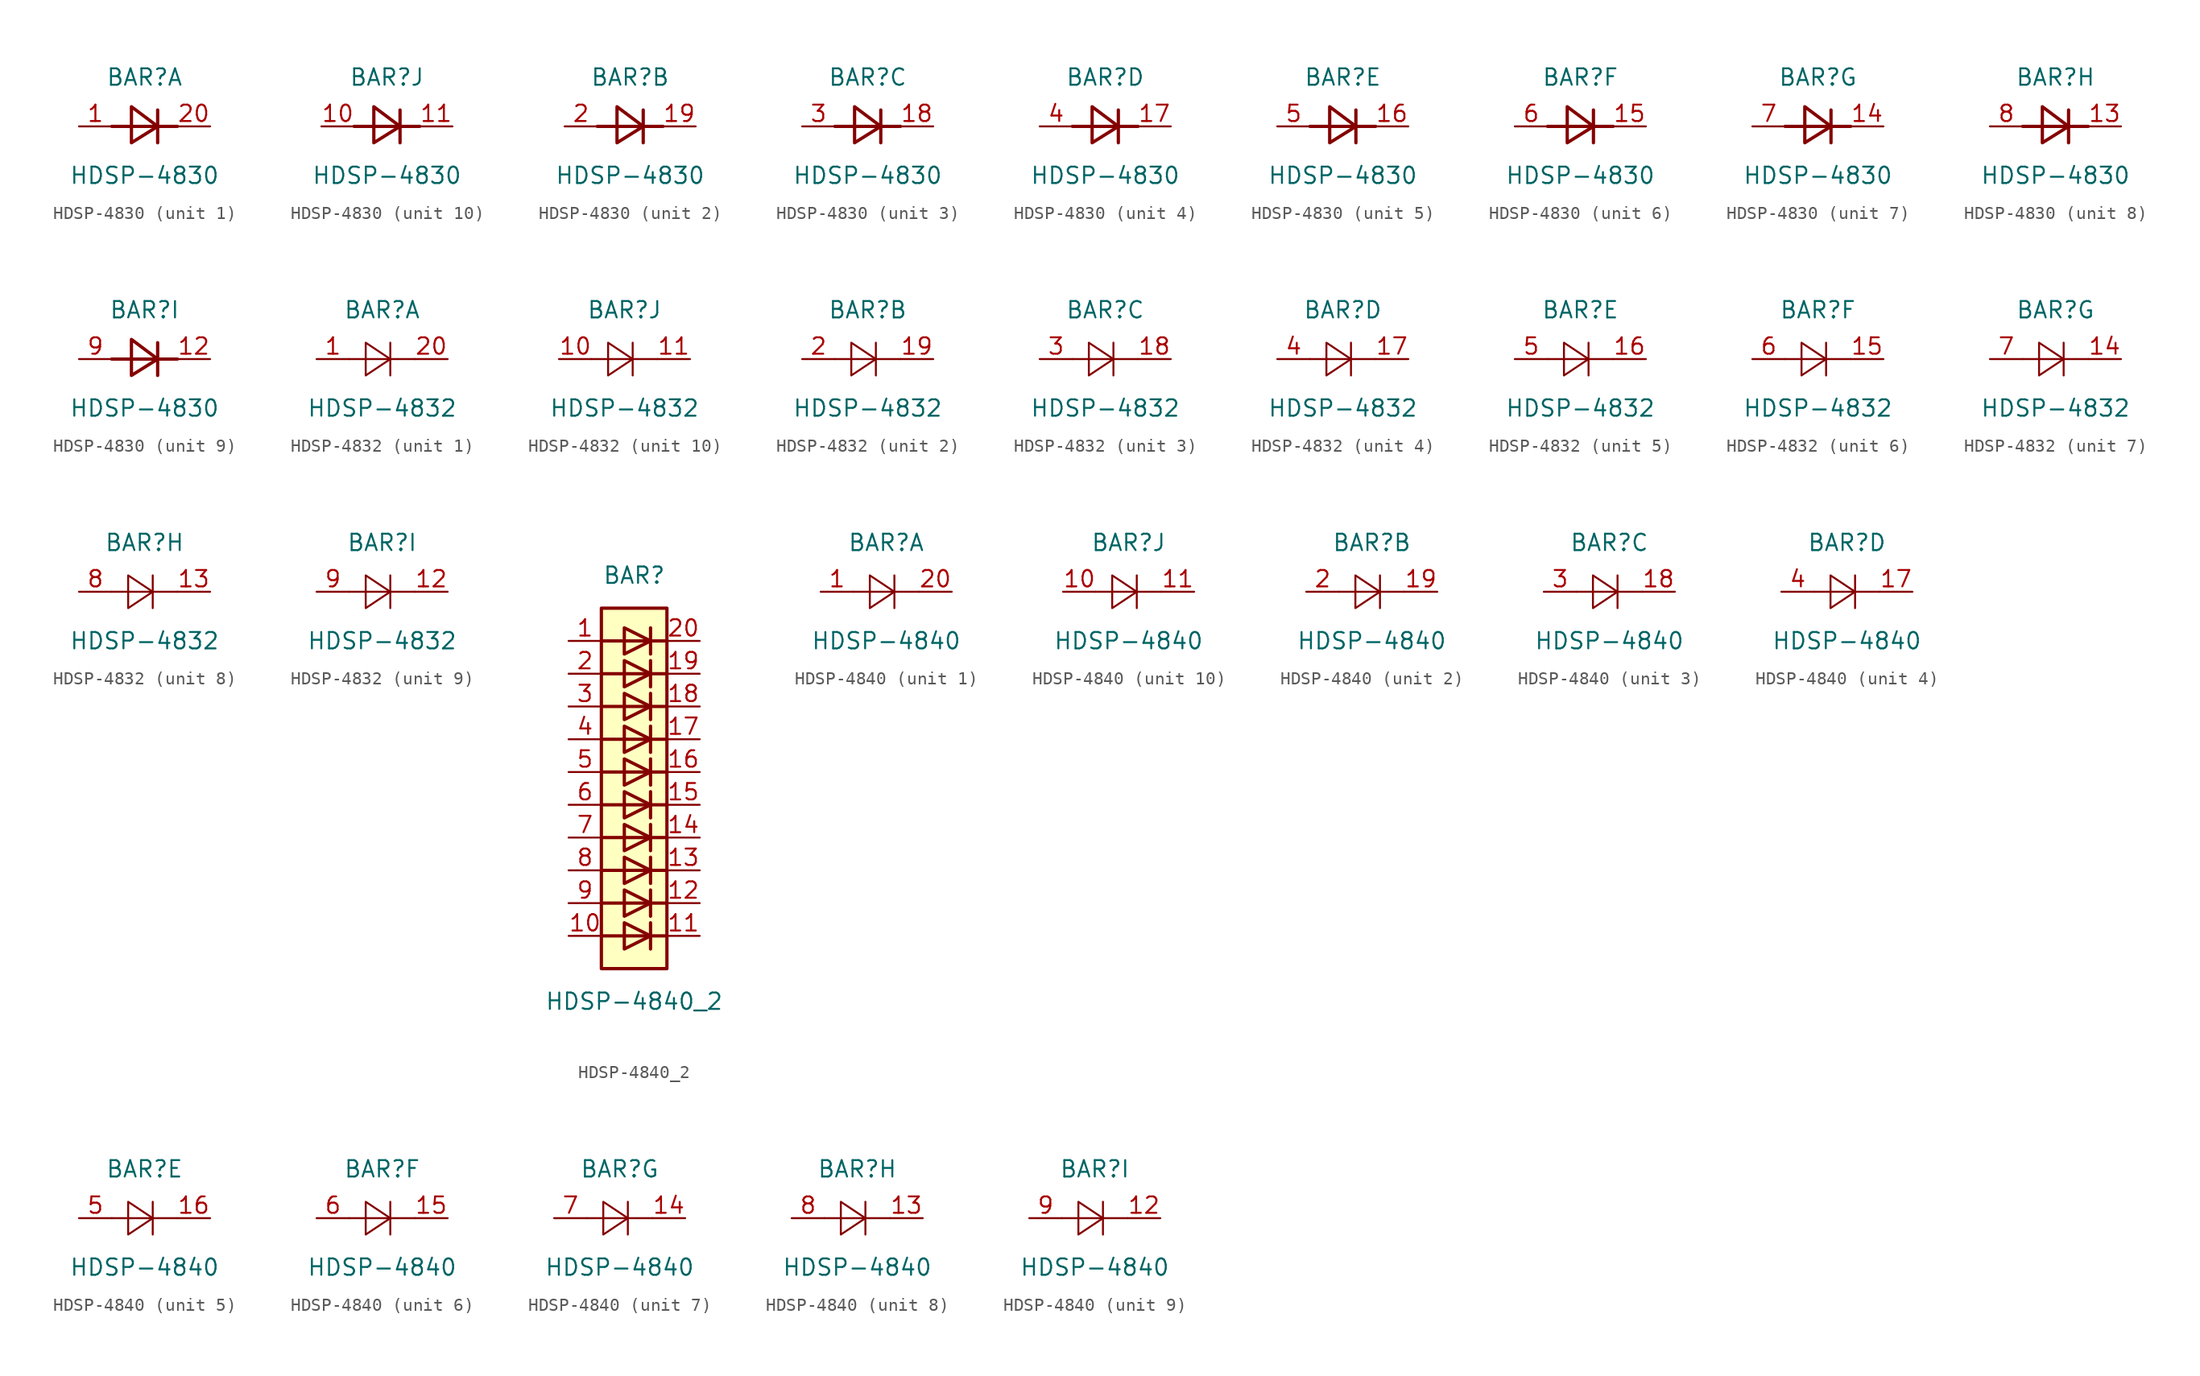
<source format=kicad_sym>
(kicad_symbol_lib
  (version 20211014)
  (generator kicad_symbol_editor)
  (symbol "HDSP-4830"
    (pin_names
      (offset 1.016) hide)
    (property "Reference" "BAR"
      (at 0 3.81 0)
      (effects (font (size 1.27 1.27))))
    (property "Value" "HDSP-4830"
      (at 0 -3.81 0)
      (effects (font (size 1.27 1.27))))
    (symbol "HDSP-4830_0_1"
      (polyline (pts (xy -2.54 0) (xy 2.54 0)) (stroke (width 0.254) (type default) (color 0 0 0 0)) (fill (type none)))
      (polyline (pts (xy 1.016 -1.27) (xy 1.016 1.27)) (stroke (width 0.254) (type default) (color 0 0 0 0)) (fill (type none)))
      (polyline (pts (xy -1.016 1.524) (xy -1.016 -1.27) (xy 1.016 0) (xy -1.016 1.524)) (stroke (width 0.254) (type default) (color 0 0 0 0)) (fill (type none))))
    (symbol "HDSP-4830_1_1"
      (pin passive line (at -5.08 0 0) (length 2.54) (name "A" (effects (font (size 1.27 1.27)))) (number "1" (effects (font (size 1.27 1.27)))))
      (pin passive line (at 5.08 0 180) (length 2.54) (name "K" (effects (font (size 1.27 1.27)))) (number "20" (effects (font (size 1.27 1.27))))))
    (symbol "HDSP-4830_2_1"
      (pin passive line (at 5.08 0 180) (length 2.54) (name "K" (effects (font (size 1.27 1.27)))) (number "19" (effects (font (size 1.27 1.27)))))
      (pin passive line (at -5.08 0 0) (length 2.54) (name "A" (effects (font (size 1.27 1.27)))) (number "2" (effects (font (size 1.27 1.27))))))
    (symbol "HDSP-4830_3_1"
      (pin passive line (at 5.08 0 180) (length 2.54) (name "K" (effects (font (size 1.27 1.27)))) (number "18" (effects (font (size 1.27 1.27)))))
      (pin passive line (at -5.08 0 0) (length 2.54) (name "A" (effects (font (size 1.27 1.27)))) (number "3" (effects (font (size 1.27 1.27))))))
    (symbol "HDSP-4830_4_1"
      (pin passive line (at 5.08 0 180) (length 2.54) (name "K" (effects (font (size 1.27 1.27)))) (number "17" (effects (font (size 1.27 1.27)))))
      (pin passive line (at -5.08 0 0) (length 2.54) (name "A" (effects (font (size 1.27 1.27)))) (number "4" (effects (font (size 1.27 1.27))))))
    (symbol "HDSP-4830_5_1"
      (pin passive line (at 5.08 0 180) (length 2.54) (name "K" (effects (font (size 1.27 1.27)))) (number "16" (effects (font (size 1.27 1.27)))))
      (pin passive line (at -5.08 0 0) (length 2.54) (name "A" (effects (font (size 1.27 1.27)))) (number "5" (effects (font (size 1.27 1.27))))))
    (symbol "HDSP-4830_6_1"
      (pin passive line (at 5.08 0 180) (length 2.54) (name "K" (effects (font (size 1.27 1.27)))) (number "15" (effects (font (size 1.27 1.27)))))
      (pin passive line (at -5.08 0 0) (length 2.54) (name "A" (effects (font (size 1.27 1.27)))) (number "6" (effects (font (size 1.27 1.27))))))
    (symbol "HDSP-4830_7_1"
      (pin passive line (at 5.08 0 180) (length 2.54) (name "K" (effects (font (size 1.27 1.27)))) (number "14" (effects (font (size 1.27 1.27)))))
      (pin passive line (at -5.08 0 0) (length 2.54) (name "A" (effects (font (size 1.27 1.27)))) (number "7" (effects (font (size 1.27 1.27))))))
    (symbol "HDSP-4830_8_1"
      (pin passive line (at 5.08 0 180) (length 2.54) (name "K" (effects (font (size 1.27 1.27)))) (number "13" (effects (font (size 1.27 1.27)))))
      (pin passive line (at -5.08 0 0) (length 2.54) (name "A" (effects (font (size 1.27 1.27)))) (number "8" (effects (font (size 1.27 1.27))))))
    (symbol "HDSP-4830_9_1"
      (pin passive line (at 5.08 0 180) (length 2.54) (name "K" (effects (font (size 1.27 1.27)))) (number "12" (effects (font (size 1.27 1.27)))))
      (pin passive line (at -5.08 0 0) (length 2.54) (name "A" (effects (font (size 1.27 1.27)))) (number "9" (effects (font (size 1.27 1.27))))))
    (symbol "HDSP-4830_10_1"
      (pin passive line (at -5.08 0 0) (length 2.54) (name "A" (effects (font (size 1.27 1.27)))) (number "10" (effects (font (size 1.27 1.27)))))
      (pin passive line (at 5.08 0 180) (length 2.54) (name "K" (effects (font (size 1.27 1.27)))) (number "11" (effects (font (size 1.27 1.27)))))))
  (symbol "HDSP-4832"
    (pin_names
      (offset 1.016) hide)
    (property "Reference" "BAR"
      (at 0 3.81 0)
      (effects (font (size 1.27 1.27))))
    (property "Value" "HDSP-4832"
      (at 0 -3.81 0)
      (effects (font (size 1.27 1.27))))
    (symbol "HDSP-4832_0_1"
      (polyline (pts (xy 0.635 1.27) (xy 0.635 -1.27)) (stroke (width 0) (type default) (color 0 0 0 0)) (fill (type none)))
      (polyline (pts (xy 2.54 0) (xy -2.54 0)) (stroke (width 0) (type default) (color 0 0 0 0)) (fill (type none)))
      (polyline (pts (xy -1.27 1.27) (xy -1.27 -1.27) (xy 0.635 0) (xy -1.27 1.27)) (stroke (width 0) (type default) (color 0 0 0 0)) (fill (type none))))
    (symbol "HDSP-4832_1_1"
      (pin passive line (at -5.08 0 0) (length 2.54) (name "A" (effects (font (size 1.27 1.27)))) (number "1" (effects (font (size 1.27 1.27)))))
      (pin passive line (at 5.08 0 180) (length 2.54) (name "K" (effects (font (size 1.27 1.27)))) (number "20" (effects (font (size 1.27 1.27))))))
    (symbol "HDSP-4832_2_1"
      (pin passive line (at 5.08 0 180) (length 2.54) (name "K" (effects (font (size 1.27 1.27)))) (number "19" (effects (font (size 1.27 1.27)))))
      (pin passive line (at -5.08 0 0) (length 2.54) (name "A" (effects (font (size 1.27 1.27)))) (number "2" (effects (font (size 1.27 1.27))))))
    (symbol "HDSP-4832_3_1"
      (pin passive line (at 5.08 0 180) (length 2.54) (name "K" (effects (font (size 1.27 1.27)))) (number "18" (effects (font (size 1.27 1.27)))))
      (pin passive line (at -5.08 0 0) (length 2.54) (name "A" (effects (font (size 1.27 1.27)))) (number "3" (effects (font (size 1.27 1.27))))))
    (symbol "HDSP-4832_4_1"
      (pin passive line (at 5.08 0 180) (length 2.54) (name "K" (effects (font (size 1.27 1.27)))) (number "17" (effects (font (size 1.27 1.27)))))
      (pin passive line (at -5.08 0 0) (length 2.54) (name "A" (effects (font (size 1.27 1.27)))) (number "4" (effects (font (size 1.27 1.27))))))
    (symbol "HDSP-4832_5_1"
      (pin passive line (at 5.08 0 180) (length 2.54) (name "K" (effects (font (size 1.27 1.27)))) (number "16" (effects (font (size 1.27 1.27)))))
      (pin passive line (at -5.08 0 0) (length 2.54) (name "A" (effects (font (size 1.27 1.27)))) (number "5" (effects (font (size 1.27 1.27))))))
    (symbol "HDSP-4832_6_1"
      (pin passive line (at 5.08 0 180) (length 2.54) (name "K" (effects (font (size 1.27 1.27)))) (number "15" (effects (font (size 1.27 1.27)))))
      (pin passive line (at -5.08 0 0) (length 2.54) (name "A" (effects (font (size 1.27 1.27)))) (number "6" (effects (font (size 1.27 1.27))))))
    (symbol "HDSP-4832_7_1"
      (pin passive line (at 5.08 0 180) (length 2.54) (name "K" (effects (font (size 1.27 1.27)))) (number "14" (effects (font (size 1.27 1.27)))))
      (pin passive line (at -5.08 0 0) (length 2.54) (name "A" (effects (font (size 1.27 1.27)))) (number "7" (effects (font (size 1.27 1.27))))))
    (symbol "HDSP-4832_8_1"
      (pin passive line (at 5.08 0 180) (length 2.54) (name "K" (effects (font (size 1.27 1.27)))) (number "13" (effects (font (size 1.27 1.27)))))
      (pin passive line (at -5.08 0 0) (length 2.54) (name "A" (effects (font (size 1.27 1.27)))) (number "8" (effects (font (size 1.27 1.27))))))
    (symbol "HDSP-4832_9_1"
      (pin passive line (at 5.08 0 180) (length 2.54) (name "K" (effects (font (size 1.27 1.27)))) (number "12" (effects (font (size 1.27 1.27)))))
      (pin passive line (at -5.08 0 0) (length 2.54) (name "A" (effects (font (size 1.27 1.27)))) (number "9" (effects (font (size 1.27 1.27))))))
    (symbol "HDSP-4832_10_1"
      (pin passive line (at -5.08 0 0) (length 2.54) (name "A" (effects (font (size 1.27 1.27)))) (number "10" (effects (font (size 1.27 1.27)))))
      (pin passive line (at 5.08 0 180) (length 2.54) (name "K" (effects (font (size 1.27 1.27)))) (number "11" (effects (font (size 1.27 1.27)))))))
  (symbol "HDSP-4840_2"
    (pin_names
      (offset 1.016) hide)
    (property "Reference" "BAR"
      (at 0 15.24 0)
      (effects (font (size 1.27 1.27))))
    (property "Value" "HDSP-4840_2"
      (at 0 -17.78 0)
      (effects (font (size 1.27 1.27))))
    (symbol "HDSP-4840_2_0_1"
      (rectangle (start -2.54 12.7) (end 2.54 -15.24) (stroke (width 0.254) (type default) (color 0 0 0 0)) (fill (type background)))
      (polyline (pts (xy -2.54 -12.7) (xy 2.54 -12.7)) (stroke (width 0.254) (type default) (color 0 0 0 0)) (fill (type none)))
      (polyline (pts (xy -2.54 -10.16) (xy 2.54 -10.16)) (stroke (width 0.254) (type default) (color 0 0 0 0)) (fill (type none)))
      (polyline (pts (xy -2.54 -7.62) (xy 2.54 -7.62)) (stroke (width 0.254) (type default) (color 0 0 0 0)) (fill (type none)))
      (polyline (pts (xy -2.54 -5.08) (xy 2.54 -5.08)) (stroke (width 0.254) (type default) (color 0 0 0 0)) (fill (type none)))
      (polyline (pts (xy -2.54 0) (xy 2.54 0)) (stroke (width 0.254) (type default) (color 0 0 0 0)) (fill (type none)))
      (polyline (pts (xy -2.54 5.08) (xy 2.54 5.08)) (stroke (width 0.254) (type default) (color 0 0 0 0)) (fill (type none)))
      (polyline (pts (xy -2.54 7.62) (xy 2.54 7.62)) (stroke (width 0.254) (type default) (color 0 0 0 0)) (fill (type none)))
      (polyline (pts (xy -2.54 10.16) (xy 2.54 10.16)) (stroke (width 0.254) (type default) (color 0 0 0 0)) (fill (type none)))
      (polyline (pts (xy 1.27 -11.684) (xy 1.27 -13.716)) (stroke (width 0.254) (type default) (color 0 0 0 0)) (fill (type none)))
      (polyline (pts (xy 1.27 -9.144) (xy 1.27 -11.176)) (stroke (width 0.254) (type default) (color 0 0 0 0)) (fill (type none)))
      (polyline (pts (xy 1.27 -6.604) (xy 1.27 -8.636)) (stroke (width 0.254) (type default) (color 0 0 0 0)) (fill (type none)))
      (polyline (pts (xy 1.27 -4.064) (xy 1.27 -6.096)) (stroke (width 0.254) (type default) (color 0 0 0 0)) (fill (type none)))
      (polyline (pts (xy 1.27 -1.524) (xy 1.27 -3.556)) (stroke (width 0.254) (type default) (color 0 0 0 0)) (fill (type none)))
      (polyline (pts (xy 1.27 1.016) (xy 1.27 -1.016)) (stroke (width 0.254) (type default) (color 0 0 0 0)) (fill (type none)))
      (polyline (pts (xy 1.27 3.556) (xy 1.27 1.524)) (stroke (width 0.254) (type default) (color 0 0 0 0)) (fill (type none)))
      (polyline (pts (xy 1.27 6.096) (xy 1.27 4.064)) (stroke (width 0.254) (type default) (color 0 0 0 0)) (fill (type none)))
      (polyline (pts (xy 1.27 8.636) (xy 1.27 6.604)) (stroke (width 0.254) (type default) (color 0 0 0 0)) (fill (type none)))
      (polyline (pts (xy 1.27 11.176) (xy 1.27 9.144)) (stroke (width 0.254) (type default) (color 0 0 0 0)) (fill (type none)))
      (polyline (pts (xy 2.54 -2.54) (xy -2.54 -2.54)) (stroke (width 0.254) (type default) (color 0 0 0 0)) (fill (type none)))
      (polyline (pts (xy 2.54 2.54) (xy -2.54 2.54)) (stroke (width 0.254) (type default) (color 0 0 0 0)) (fill (type none)))
      (polyline (pts (xy -0.762 -11.684) (xy -0.762 -13.716) (xy 1.27 -12.7) (xy -0.762 -11.684)) (stroke (width 0.254) (type default) (color 0 0 0 0)) (fill (type none)))
      (polyline (pts (xy -0.762 -9.144) (xy -0.762 -11.176) (xy 1.27 -10.16) (xy -0.762 -9.144)) (stroke (width 0.254) (type default) (color 0 0 0 0)) (fill (type none)))
      (polyline (pts (xy -0.762 -6.604) (xy -0.762 -8.636) (xy 1.27 -7.62) (xy -0.762 -6.604)) (stroke (width 0.254) (type default) (color 0 0 0 0)) (fill (type none)))
      (polyline (pts (xy -0.762 -4.064) (xy -0.762 -6.096) (xy 1.27 -5.08) (xy -0.762 -4.064)) (stroke (width 0.254) (type default) (color 0 0 0 0)) (fill (type none)))
      (polyline (pts (xy -0.762 -1.524) (xy -0.762 -3.556) (xy 1.27 -2.54) (xy -0.762 -1.524)) (stroke (width 0.254) (type default) (color 0 0 0 0)) (fill (type none)))
      (polyline (pts (xy -0.762 1.016) (xy -0.762 -1.016) (xy 1.27 0) (xy -0.762 1.016)) (stroke (width 0.254) (type default) (color 0 0 0 0)) (fill (type none)))
      (polyline (pts (xy -0.762 3.556) (xy -0.762 1.524) (xy 1.27 2.54) (xy -0.762 3.556)) (stroke (width 0.254) (type default) (color 0 0 0 0)) (fill (type none)))
      (polyline (pts (xy -0.762 6.096) (xy -0.762 4.064) (xy 1.27 5.08) (xy -0.762 6.096)) (stroke (width 0.254) (type default) (color 0 0 0 0)) (fill (type none)))
      (polyline (pts (xy -0.762 8.636) (xy -0.762 6.604) (xy 1.27 7.62) (xy -0.762 8.636)) (stroke (width 0.254) (type default) (color 0 0 0 0)) (fill (type none)))
      (polyline (pts (xy -0.762 11.176) (xy -0.762 9.144) (xy 1.27 10.16) (xy -0.762 11.176)) (stroke (width 0.254) (type default) (color 0 0 0 0)) (fill (type none))))
    (symbol "HDSP-4840_2_1_1"
      (pin passive line (at -5.08 10.16 0) (length 2.54) (name "A" (effects (font (size 1.27 1.27)))) (number "1" (effects (font (size 1.27 1.27)))))
      (pin passive line (at -5.08 -12.7 0) (length 2.54) (name "A" (effects (font (size 1.27 1.27)))) (number "10" (effects (font (size 1.27 1.27)))))
      (pin passive line (at 5.08 -12.7 180) (length 2.54) (name "K" (effects (font (size 1.27 1.27)))) (number "11" (effects (font (size 1.27 1.27)))))
      (pin passive line (at 5.08 -10.16 180) (length 2.54) (name "K" (effects (font (size 1.27 1.27)))) (number "12" (effects (font (size 1.27 1.27)))))
      (pin passive line (at 5.08 -7.62 180) (length 2.54) (name "K" (effects (font (size 1.27 1.27)))) (number "13" (effects (font (size 1.27 1.27)))))
      (pin passive line (at 5.08 -5.08 180) (length 2.54) (name "K" (effects (font (size 1.27 1.27)))) (number "14" (effects (font (size 1.27 1.27)))))
      (pin passive line (at 5.08 -2.54 180) (length 2.54) (name "K" (effects (font (size 1.27 1.27)))) (number "15" (effects (font (size 1.27 1.27)))))
      (pin passive line (at 5.08 0 180) (length 2.54) (name "K" (effects (font (size 1.27 1.27)))) (number "16" (effects (font (size 1.27 1.27)))))
      (pin passive line (at 5.08 2.54 180) (length 2.54) (name "K" (effects (font (size 1.27 1.27)))) (number "17" (effects (font (size 1.27 1.27)))))
      (pin passive line (at 5.08 5.08 180) (length 2.54) (name "K" (effects (font (size 1.27 1.27)))) (number "18" (effects (font (size 1.27 1.27)))))
      (pin passive line (at 5.08 7.62 180) (length 2.54) (name "K" (effects (font (size 1.27 1.27)))) (number "19" (effects (font (size 1.27 1.27)))))
      (pin passive line (at -5.08 7.62 0) (length 2.54) (name "A" (effects (font (size 1.27 1.27)))) (number "2" (effects (font (size 1.27 1.27)))))
      (pin passive line (at 5.08 10.16 180) (length 2.54) (name "K" (effects (font (size 1.27 1.27)))) (number "20" (effects (font (size 1.27 1.27)))))
      (pin passive line (at -5.08 5.08 0) (length 2.54) (name "A" (effects (font (size 1.27 1.27)))) (number "3" (effects (font (size 1.27 1.27)))))
      (pin passive line (at -5.08 2.54 0) (length 2.54) (name "A" (effects (font (size 1.27 1.27)))) (number "4" (effects (font (size 1.27 1.27)))))
      (pin passive line (at -5.08 0 0) (length 2.54) (name "A" (effects (font (size 1.27 1.27)))) (number "5" (effects (font (size 1.27 1.27)))))
      (pin passive line (at -5.08 -2.54 0) (length 2.54) (name "A" (effects (font (size 1.27 1.27)))) (number "6" (effects (font (size 1.27 1.27)))))
      (pin passive line (at -5.08 -5.08 0) (length 2.54) (name "A" (effects (font (size 1.27 1.27)))) (number "7" (effects (font (size 1.27 1.27)))))
      (pin passive line (at -5.08 -7.62 0) (length 2.54) (name "A" (effects (font (size 1.27 1.27)))) (number "8" (effects (font (size 1.27 1.27)))))
      (pin passive line (at -5.08 -10.16 0) (length 2.54) (name "A" (effects (font (size 1.27 1.27)))) (number "9" (effects (font (size 1.27 1.27)))))))
  (symbol "HDSP-4840"
    (pin_names
      (offset 1.016) hide)
    (property "Reference" "BAR"
      (at 0 3.81 0)
      (effects (font (size 1.27 1.27))))
    (property "Value" "HDSP-4840"
      (at 0 -3.81 0)
      (effects (font (size 1.27 1.27))))
    (symbol "HDSP-4840_0_1"
      (polyline (pts (xy -2.54 0) (xy 2.54 0)) (stroke (width 0) (type default) (color 0 0 0 0)) (fill (type none)))
      (polyline (pts (xy 0.635 1.27) (xy 0.635 -1.27)) (stroke (width 0) (type default) (color 0 0 0 0)) (fill (type none)))
      (polyline (pts (xy -1.27 1.27) (xy -1.27 -1.27) (xy 0.635 0) (xy -1.27 1.27)) (stroke (width 0) (type default) (color 0 0 0 0)) (fill (type none))))
    (symbol "HDSP-4840_1_1"
      (pin passive line (at -5.08 0 0) (length 2.54) (name "A" (effects (font (size 1.27 1.27)))) (number "1" (effects (font (size 1.27 1.27)))))
      (pin passive line (at 5.08 0 180) (length 2.54) (name "K" (effects (font (size 1.27 1.27)))) (number "20" (effects (font (size 1.27 1.27))))))
    (symbol "HDSP-4840_2_1"
      (pin passive line (at 5.08 0 180) (length 2.54) (name "K" (effects (font (size 1.27 1.27)))) (number "19" (effects (font (size 1.27 1.27)))))
      (pin passive line (at -5.08 0 0) (length 2.54) (name "A" (effects (font (size 1.27 1.27)))) (number "2" (effects (font (size 1.27 1.27))))))
    (symbol "HDSP-4840_3_1"
      (pin passive line (at 5.08 0 180) (length 2.54) (name "K" (effects (font (size 1.27 1.27)))) (number "18" (effects (font (size 1.27 1.27)))))
      (pin passive line (at -5.08 0 0) (length 2.54) (name "A" (effects (font (size 1.27 1.27)))) (number "3" (effects (font (size 1.27 1.27))))))
    (symbol "HDSP-4840_4_1"
      (pin passive line (at 5.08 0 180) (length 2.54) (name "K" (effects (font (size 1.27 1.27)))) (number "17" (effects (font (size 1.27 1.27)))))
      (pin passive line (at -5.08 0 0) (length 2.54) (name "A" (effects (font (size 1.27 1.27)))) (number "4" (effects (font (size 1.27 1.27))))))
    (symbol "HDSP-4840_5_1"
      (pin passive line (at 5.08 0 180) (length 2.54) (name "K" (effects (font (size 1.27 1.27)))) (number "16" (effects (font (size 1.27 1.27)))))
      (pin passive line (at -5.08 0 0) (length 2.54) (name "A" (effects (font (size 1.27 1.27)))) (number "5" (effects (font (size 1.27 1.27))))))
    (symbol "HDSP-4840_6_1"
      (pin passive line (at 5.08 0 180) (length 2.54) (name "K" (effects (font (size 1.27 1.27)))) (number "15" (effects (font (size 1.27 1.27)))))
      (pin passive line (at -5.08 0 0) (length 2.54) (name "A" (effects (font (size 1.27 1.27)))) (number "6" (effects (font (size 1.27 1.27))))))
    (symbol "HDSP-4840_7_1"
      (pin passive line (at 5.08 0 180) (length 2.54) (name "K" (effects (font (size 1.27 1.27)))) (number "14" (effects (font (size 1.27 1.27)))))
      (pin passive line (at -5.08 0 0) (length 2.54) (name "A" (effects (font (size 1.27 1.27)))) (number "7" (effects (font (size 1.27 1.27))))))
    (symbol "HDSP-4840_8_1"
      (pin passive line (at 5.08 0 180) (length 2.54) (name "K" (effects (font (size 1.27 1.27)))) (number "13" (effects (font (size 1.27 1.27)))))
      (pin passive line (at -5.08 0 0) (length 2.54) (name "A" (effects (font (size 1.27 1.27)))) (number "8" (effects (font (size 1.27 1.27))))))
    (symbol "HDSP-4840_9_1"
      (pin passive line (at 5.08 0 180) (length 2.54) (name "K" (effects (font (size 1.27 1.27)))) (number "12" (effects (font (size 1.27 1.27)))))
      (pin passive line (at -5.08 0 0) (length 2.54) (name "A" (effects (font (size 1.27 1.27)))) (number "9" (effects (font (size 1.27 1.27))))))
    (symbol "HDSP-4840_10_1"
      (pin passive line (at -5.08 0 0) (length 2.54) (name "A" (effects (font (size 1.27 1.27)))) (number "10" (effects (font (size 1.27 1.27)))))
      (pin passive line (at 5.08 0 180) (length 2.54) (name "K" (effects (font (size 1.27 1.27)))) (number "11" (effects (font (size 1.27 1.27))))))))
</source>
